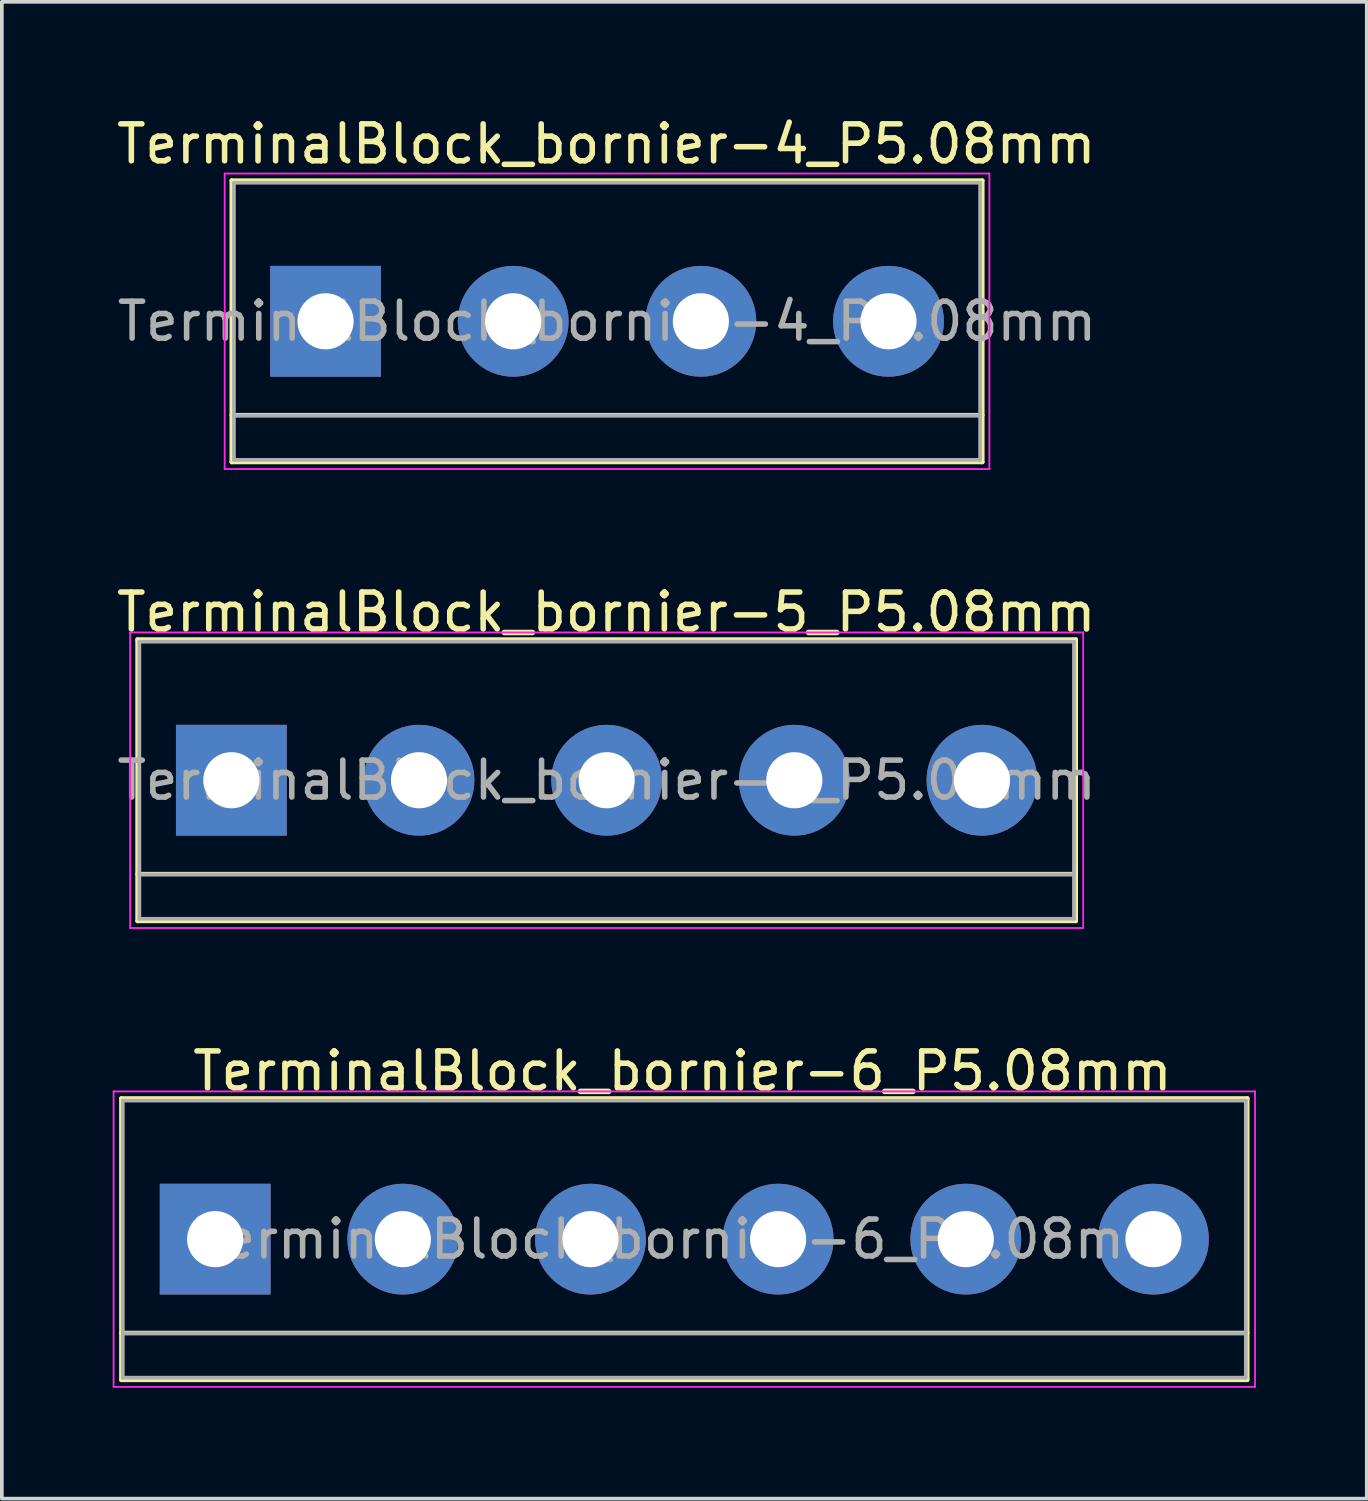
<source format=kicad_pcb>
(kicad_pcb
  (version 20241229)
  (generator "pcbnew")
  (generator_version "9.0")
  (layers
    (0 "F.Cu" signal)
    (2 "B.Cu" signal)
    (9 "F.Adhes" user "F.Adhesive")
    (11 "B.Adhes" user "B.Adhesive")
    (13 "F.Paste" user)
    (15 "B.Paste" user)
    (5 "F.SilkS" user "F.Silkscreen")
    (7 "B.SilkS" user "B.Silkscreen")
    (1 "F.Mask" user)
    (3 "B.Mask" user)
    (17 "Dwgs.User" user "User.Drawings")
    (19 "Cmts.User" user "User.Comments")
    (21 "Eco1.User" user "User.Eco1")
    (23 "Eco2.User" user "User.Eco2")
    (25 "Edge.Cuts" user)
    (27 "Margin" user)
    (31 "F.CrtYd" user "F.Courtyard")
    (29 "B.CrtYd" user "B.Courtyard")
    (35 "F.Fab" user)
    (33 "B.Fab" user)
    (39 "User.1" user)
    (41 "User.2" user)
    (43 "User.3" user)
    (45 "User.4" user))
  (footprint "TerminalBlock_bornier-4_P5.08mm"
    (layer "F.Cu")
    (at 5.763 5.648)
    (property "Reference" "TerminalBlock_bornier-4_P5.08mm" (at 7.6 -4.8 0) (layer "F.SilkS") (effects (font (size 1 1) (thickness 0.15))))
    (attr through_hole)
    (fp_line (start -2.54 -3.81) (end -2.54 3.81) (stroke (width 0.12) (type solid)) (layer "F.SilkS"))
    (fp_line (start -2.54 -3.81) (end 17.78 -3.81) (stroke (width 0.12) (type solid)) (layer "F.SilkS"))
    (fp_line (start -2.54 3.81) (end 17.78 3.81) (stroke (width 0.12) (type solid)) (layer "F.SilkS"))
    (fp_line (start 17.78 2.54) (end -2.54 2.54) (stroke (width 0.12) (type solid)) (layer "F.SilkS"))
    (fp_line (start 17.78 3.81) (end 17.78 -3.81) (stroke (width 0.12) (type solid)) (layer "F.SilkS"))
    (fp_line (start -2.73 -4) (end -2.73 4) (stroke (width 0.05) (type solid)) (layer "F.CrtYd"))
    (fp_line (start -2.73 -4) (end 17.97 -4) (stroke (width 0.05) (type solid)) (layer "F.CrtYd"))
    (fp_line (start 17.97 4) (end -2.73 4) (stroke (width 0.05) (type solid)) (layer "F.CrtYd"))
    (fp_line (start 17.97 4) (end 17.97 -4) (stroke (width 0.05) (type solid)) (layer "F.CrtYd"))
    (fp_line (start -2.48 -3.75) (end 17.72 -3.75) (stroke (width 0.1) (type solid)) (layer "F.Fab"))
    (fp_line (start -2.48 2.55) (end 17.72 2.55) (stroke (width 0.1) (type solid)) (layer "F.Fab"))
    (fp_line (start -2.48 3.75) (end -2.48 -3.75) (stroke (width 0.1) (type solid)) (layer "F.Fab"))
    (fp_line (start -2.43 3.75) (end -2.48 3.75) (stroke (width 0.1) (type solid)) (layer "F.Fab"))
    (fp_line (start 17.72 -3.75) (end 17.72 3.75) (stroke (width 0.1) (type solid)) (layer "F.Fab"))
    (fp_line (start 17.72 3.75) (end -2.43 3.75) (stroke (width 0.1) (type solid)) (layer "F.Fab"))
    (fp_text user "${REFERENCE}" (at 7.62 0 0) (layer "F.Fab") (effects (font (size 1 1) (thickness 0.15))))
    (pad "1" thru_hole rect (at 0 0) (size 3 3) (drill 1.52) (layers "*.Cu" "*.Mask"))
    (pad "2" thru_hole circle (at 5.08 0) (size 3 3) (drill 1.52) (layers "*.Cu" "*.Mask"))
    (pad "3" thru_hole circle (at 10.16 0) (size 3 3) (drill 1.52) (layers "*.Cu" "*.Mask"))
    (pad "4" thru_hole circle (at 15.24 0) (size 3 3) (drill 1.52) (layers "*.Cu" "*.Mask")))
  (footprint "TerminalBlock_bornier-6_P5.08mm"
    (layer "F.Cu")
    (at 2.775 30.495)
    (property "Reference" "TerminalBlock_bornier-6_P5.08mm" (at 12.65 -4.55 0) (layer "F.SilkS") (effects (font (size 1 1) (thickness 0.15))))
    (attr through_hole)
    (fp_line (start -2.54 -3.81) (end -2.54 3.81) (stroke (width 0.12) (type solid)) (layer "F.SilkS"))
    (fp_line (start -2.54 -3.81) (end 27.94 -3.81) (stroke (width 0.12) (type solid)) (layer "F.SilkS"))
    (fp_line (start -2.54 2.54) (end 27.94 2.54) (stroke (width 0.12) (type solid)) (layer "F.SilkS"))
    (fp_line (start -2.54 3.81) (end 27.94 3.81) (stroke (width 0.12) (type solid)) (layer "F.SilkS"))
    (fp_line (start 27.94 3.81) (end 27.94 -3.81) (stroke (width 0.12) (type solid)) (layer "F.SilkS"))
    (fp_line (start -2.75 -4) (end -2.75 4) (stroke (width 0.05) (type solid)) (layer "F.CrtYd"))
    (fp_line (start -2.75 -4) (end 28.15 -4) (stroke (width 0.05) (type solid)) (layer "F.CrtYd"))
    (fp_line (start 28.15 4) (end -2.75 4) (stroke (width 0.05) (type solid)) (layer "F.CrtYd"))
    (fp_line (start 28.15 4) (end 28.15 -4) (stroke (width 0.05) (type solid)) (layer "F.CrtYd"))
    (fp_line (start -2.5 -3.75) (end -2.5 3.75) (stroke (width 0.1) (type solid)) (layer "F.Fab"))
    (fp_line (start -2.5 2.55) (end 27.9 2.55) (stroke (width 0.1) (type solid)) (layer "F.Fab"))
    (fp_line (start -2.5 3.75) (end 27.9 3.75) (stroke (width 0.1) (type solid)) (layer "F.Fab"))
    (fp_line (start 27.9 -3.75) (end -2.5 -3.75) (stroke (width 0.1) (type solid)) (layer "F.Fab"))
    (fp_line (start 27.9 3.75) (end 27.9 -3.75) (stroke (width 0.1) (type solid)) (layer "F.Fab"))
    (fp_text user "${REFERENCE}" (at 12.7 0 0) (layer "F.Fab") (effects (font (size 1 1) (thickness 0.15))))
    (pad "1" thru_hole rect (at 0 0) (size 3 3) (drill 1.52) (layers "*.Cu" "*.Mask"))
    (pad "2" thru_hole circle (at 5.08 0) (size 3 3) (drill 1.52) (layers "*.Cu" "*.Mask"))
    (pad "3" thru_hole circle (at 10.16 0) (size 3 3) (drill 1.52) (layers "*.Cu" "*.Mask"))
    (pad "4" thru_hole circle (at 15.24 0) (size 3 3) (drill 1.52) (layers "*.Cu" "*.Mask"))
    (pad "5" thru_hole circle (at 20.32 0) (size 3 3) (drill 1.52) (layers "*.Cu" "*.Mask"))
    (pad "6" thru_hole circle (at 25.4 0) (size 3 3) (drill 1.52) (layers "*.Cu" "*.Mask")))
  (footprint "TerminalBlock_bornier-5_P5.08mm"
    (layer "F.Cu")
    (at 3.213 18.072)
    (property "Reference" "TerminalBlock_bornier-5_P5.08mm" (at 10.15 -4.55 0) (layer "F.SilkS") (effects (font (size 1 1) (thickness 0.15))))
    (attr through_hole)
    (fp_line (start -2.54 -3.81) (end -2.54 3.81) (stroke (width 0.12) (type solid)) (layer "F.SilkS"))
    (fp_line (start -2.54 -3.81) (end 22.86 -3.81) (stroke (width 0.12) (type solid)) (layer "F.SilkS"))
    (fp_line (start -2.54 2.54) (end 22.86 2.54) (stroke (width 0.12) (type solid)) (layer "F.SilkS"))
    (fp_line (start -2.54 3.81) (end 22.86 3.81) (stroke (width 0.12) (type solid)) (layer "F.SilkS"))
    (fp_line (start 22.86 -3.81) (end 22.86 3.81) (stroke (width 0.12) (type solid)) (layer "F.SilkS"))
    (fp_line (start -2.74 -4) (end -2.74 4) (stroke (width 0.05) (type solid)) (layer "F.CrtYd"))
    (fp_line (start -2.74 -4) (end 23.06 -4) (stroke (width 0.05) (type solid)) (layer "F.CrtYd"))
    (fp_line (start 23.06 4) (end -2.74 4) (stroke (width 0.05) (type solid)) (layer "F.CrtYd"))
    (fp_line (start 23.06 4) (end 23.06 -4) (stroke (width 0.05) (type solid)) (layer "F.CrtYd"))
    (fp_line (start -2.49 -3.75) (end -2.49 3.75) (stroke (width 0.1) (type solid)) (layer "F.Fab"))
    (fp_line (start -2.49 2.55) (end 22.81 2.55) (stroke (width 0.1) (type solid)) (layer "F.Fab"))
    (fp_line (start -2.49 3.75) (end 22.81 3.75) (stroke (width 0.1) (type solid)) (layer "F.Fab"))
    (fp_line (start 22.81 -3.75) (end -2.49 -3.75) (stroke (width 0.1) (type solid)) (layer "F.Fab"))
    (fp_line (start 22.81 3.75) (end 22.81 -3.75) (stroke (width 0.1) (type solid)) (layer "F.Fab"))
    (fp_text user "${REFERENCE}" (at 10.16 0 0) (layer "F.Fab") (effects (font (size 1 1) (thickness 0.15))))
    (pad "1" thru_hole rect (at 0 0) (size 3 3) (drill 1.52) (layers "*.Cu" "*.Mask"))
    (pad "2" thru_hole circle (at 5.08 0) (size 3 3) (drill 1.52) (layers "*.Cu" "*.Mask"))
    (pad "3" thru_hole circle (at 10.16 0) (size 3 3) (drill 1.52) (layers "*.Cu" "*.Mask"))
    (pad "4" thru_hole circle (at 15.24 0) (size 3 3) (drill 1.52) (layers "*.Cu" "*.Mask"))
    (pad "5" thru_hole circle (at 20.32 0) (size 3 3) (drill 1.52) (layers "*.Cu" "*.Mask")))
  (gr_rect
    (start -3 -3)
    (end 33.95 37.52)
    (stroke (width 0.1) (type default))
    (fill no)
    (layer "Edge.Cuts")))
</source>
